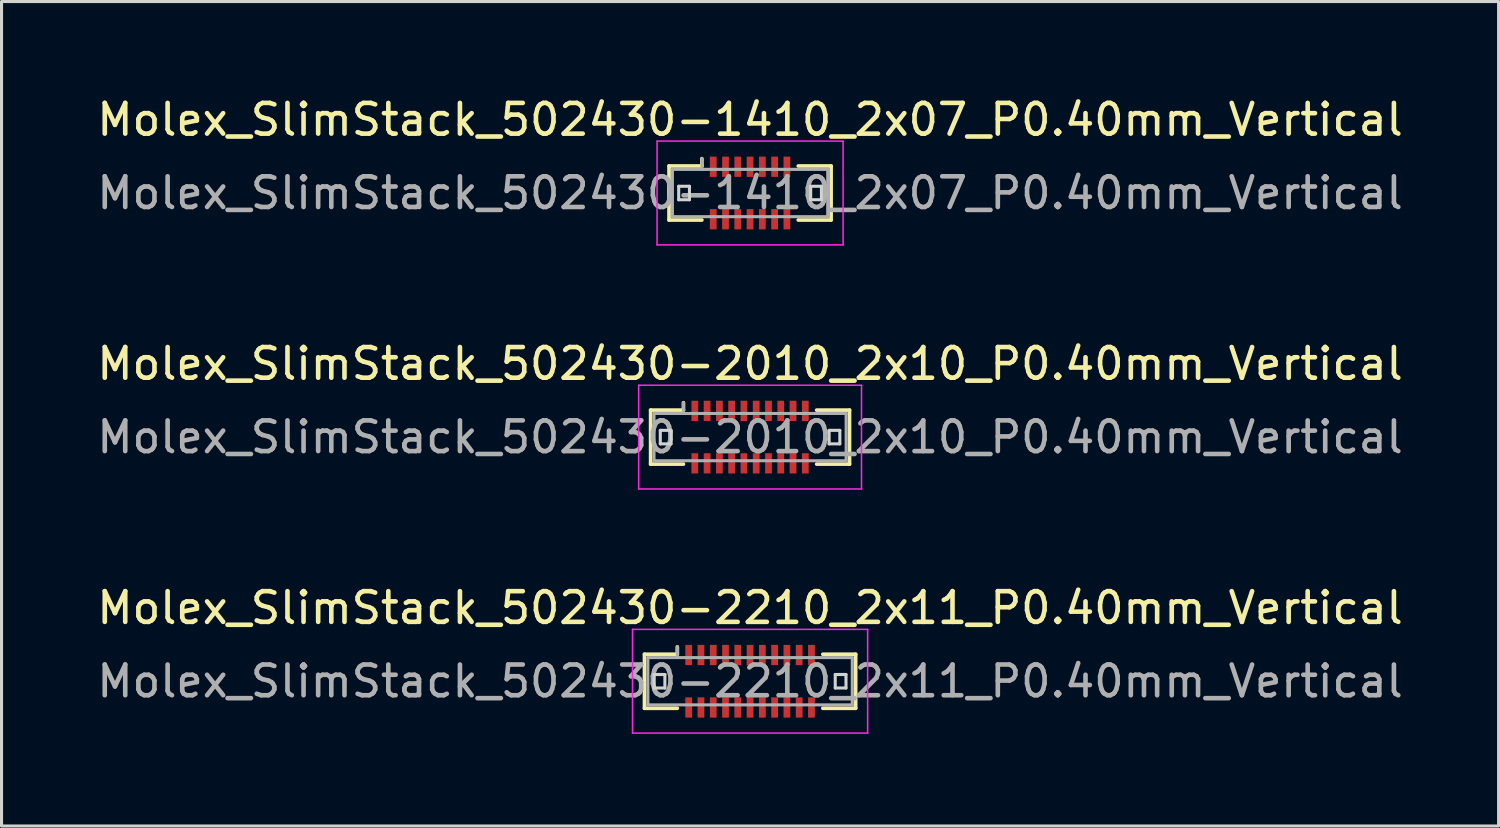
<source format=kicad_pcb>
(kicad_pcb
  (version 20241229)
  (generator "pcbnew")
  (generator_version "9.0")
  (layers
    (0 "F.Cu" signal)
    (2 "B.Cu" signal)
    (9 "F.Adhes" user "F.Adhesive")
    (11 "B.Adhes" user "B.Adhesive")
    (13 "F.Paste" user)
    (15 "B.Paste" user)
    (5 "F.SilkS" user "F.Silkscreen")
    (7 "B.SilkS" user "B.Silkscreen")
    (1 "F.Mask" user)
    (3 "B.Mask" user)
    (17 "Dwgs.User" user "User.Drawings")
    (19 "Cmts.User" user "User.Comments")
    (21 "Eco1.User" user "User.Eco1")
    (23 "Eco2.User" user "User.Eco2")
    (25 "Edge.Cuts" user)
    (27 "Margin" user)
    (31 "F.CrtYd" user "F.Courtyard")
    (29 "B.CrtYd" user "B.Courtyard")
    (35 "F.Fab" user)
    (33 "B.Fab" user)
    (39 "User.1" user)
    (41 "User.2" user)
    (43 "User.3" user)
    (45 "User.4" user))
  (footprint "Molex_SlimStack_502430-1410_2x07_P0.40mm_Vertical"
    (layer "F.Cu")
    (at 21.387 3.238)
    (property "Reference" "Molex_SlimStack_502430-1410_2x07_P0.40mm_Vertical" (at 0 -2.39 0) (layer "F.SilkS") (effects (font (size 1 1) (thickness 0.15))))
    (attr smd)
    (fp_line (start -2.64 -0.88) (end -1.57 -0.88) (stroke (width 0.12) (type solid)) (layer "F.SilkS"))
    (fp_line (start -2.64 0.88) (end -2.64 -0.88) (stroke (width 0.12) (type solid)) (layer "F.SilkS"))
    (fp_line (start -1.57 -0.88) (end -1.57 -1.12) (stroke (width 0.12) (type solid)) (layer "F.SilkS"))
    (fp_line (start -1.57 0.88) (end -2.64 0.88) (stroke (width 0.12) (type solid)) (layer "F.SilkS"))
    (fp_line (start 1.57 0.88) (end 2.64 0.88) (stroke (width 0.12) (type solid)) (layer "F.SilkS"))
    (fp_line (start 2.64 -0.88) (end 1.57 -0.88) (stroke (width 0.12) (type solid)) (layer "F.SilkS"))
    (fp_line (start 2.64 0.88) (end 2.64 -0.88) (stroke (width 0.12) (type solid)) (layer "F.SilkS"))
    (fp_line (start -2.325 -0.22) (end -2.325 0.22) (stroke (width 0.1) (type solid)) (layer "Edge.Cuts"))
    (fp_line (start -2.325 0.22) (end -1.975 0.22) (stroke (width 0.1) (type solid)) (layer "Edge.Cuts"))
    (fp_line (start -1.975 -0.22) (end -2.325 -0.22) (stroke (width 0.1) (type solid)) (layer "Edge.Cuts"))
    (fp_line (start -1.975 0.22) (end -1.975 -0.22) (stroke (width 0.1) (type solid)) (layer "Edge.Cuts"))
    (fp_line (start 1.975 -0.22) (end 1.975 0.22) (stroke (width 0.1) (type solid)) (layer "Edge.Cuts"))
    (fp_line (start 1.975 0.22) (end 2.325 0.22) (stroke (width 0.1) (type solid)) (layer "Edge.Cuts"))
    (fp_line (start 2.325 -0.22) (end 1.975 -0.22) (stroke (width 0.1) (type solid)) (layer "Edge.Cuts"))
    (fp_line (start 2.325 0.22) (end 2.325 -0.22) (stroke (width 0.1) (type solid)) (layer "Edge.Cuts"))
    (fp_line (start -3.03 -1.69) (end -3.03 1.69) (stroke (width 0.05) (type solid)) (layer "F.CrtYd"))
    (fp_line (start -3.03 1.69) (end 3.03 1.69) (stroke (width 0.05) (type solid)) (layer "F.CrtYd"))
    (fp_line (start 3.03 -1.69) (end -3.03 -1.69) (stroke (width 0.05) (type solid)) (layer "F.CrtYd"))
    (fp_line (start 3.03 1.69) (end 3.03 -1.69) (stroke (width 0.05) (type solid)) (layer "F.CrtYd"))
    (fp_line (start -2.53 -0.77) (end -2.53 0.77) (stroke (width 0.1) (type solid)) (layer "F.Fab"))
    (fp_line (start -2.53 0.77) (end 2.53 0.77) (stroke (width 0.1) (type solid)) (layer "F.Fab"))
    (fp_line (start -1.57 -0.77) (end -1.57 -1.12) (stroke (width 0.1) (type solid)) (layer "F.Fab"))
    (fp_line (start 2.53 -0.77) (end -2.53 -0.77) (stroke (width 0.1) (type solid)) (layer "F.Fab"))
    (fp_line (start 2.53 0.77) (end 2.53 -0.77) (stroke (width 0.1) (type solid)) (layer "F.Fab"))
    (fp_text user "${REFERENCE}" (at 0 0 0) (layer "F.Fab") (effects (font (size 1 1) (thickness 0.15))))
    (pad "1" smd rect (at -1.2 -0.855) (size 0.22 0.66) (layers "F.Cu" "F.Mask" "F.Paste"))
    (pad "2" smd rect (at -1.2 0.855) (size 0.22 0.66) (layers "F.Cu" "F.Mask" "F.Paste"))
    (pad "3" smd rect (at -0.8 -0.855) (size 0.22 0.66) (layers "F.Cu" "F.Mask" "F.Paste"))
    (pad "4" smd rect (at -0.8 0.855) (size 0.22 0.66) (layers "F.Cu" "F.Mask" "F.Paste"))
    (pad "5" smd rect (at -0.4 -0.855) (size 0.22 0.66) (layers "F.Cu" "F.Mask" "F.Paste"))
    (pad "6" smd rect (at -0.4 0.855) (size 0.22 0.66) (layers "F.Cu" "F.Mask" "F.Paste"))
    (pad "7" smd rect (at 0 -0.855) (size 0.22 0.66) (layers "F.Cu" "F.Mask" "F.Paste"))
    (pad "8" smd rect (at 0 0.855) (size 0.22 0.66) (layers "F.Cu" "F.Mask" "F.Paste"))
    (pad "9" smd rect (at 0.4 -0.855) (size 0.22 0.66) (layers "F.Cu" "F.Mask" "F.Paste"))
    (pad "10" smd rect (at 0.4 0.855) (size 0.22 0.66) (layers "F.Cu" "F.Mask" "F.Paste"))
    (pad "11" smd rect (at 0.8 -0.855) (size 0.22 0.66) (layers "F.Cu" "F.Mask" "F.Paste"))
    (pad "12" smd rect (at 0.8 0.855) (size 0.22 0.66) (layers "F.Cu" "F.Mask" "F.Paste"))
    (pad "13" smd rect (at 1.2 -0.855) (size 0.22 0.66) (layers "F.Cu" "F.Mask" "F.Paste"))
    (pad "14" smd rect (at 1.2 0.855) (size 0.22 0.66) (layers "F.Cu" "F.Mask" "F.Paste")))
  (footprint "Molex_SlimStack_502430-2010_2x10_P0.40mm_Vertical"
    (layer "F.Cu")
    (at 21.387 11.191)
    (property "Reference" "Molex_SlimStack_502430-2010_2x10_P0.40mm_Vertical" (at 0 -2.39 0) (layer "F.SilkS") (effects (font (size 1 1) (thickness 0.15))))
    (attr smd)
    (fp_line (start -3.24 -0.88) (end -2.17 -0.88) (stroke (width 0.12) (type solid)) (layer "F.SilkS"))
    (fp_line (start -3.24 0.88) (end -3.24 -0.88) (stroke (width 0.12) (type solid)) (layer "F.SilkS"))
    (fp_line (start -2.17 -0.88) (end -2.17 -1.12) (stroke (width 0.12) (type solid)) (layer "F.SilkS"))
    (fp_line (start -2.17 0.88) (end -3.24 0.88) (stroke (width 0.12) (type solid)) (layer "F.SilkS"))
    (fp_line (start 2.17 0.88) (end 3.24 0.88) (stroke (width 0.12) (type solid)) (layer "F.SilkS"))
    (fp_line (start 3.24 -0.88) (end 2.17 -0.88) (stroke (width 0.12) (type solid)) (layer "F.SilkS"))
    (fp_line (start 3.24 0.88) (end 3.24 -0.88) (stroke (width 0.12) (type solid)) (layer "F.SilkS"))
    (fp_line (start -2.925 -0.22) (end -2.925 0.22) (stroke (width 0.1) (type solid)) (layer "Edge.Cuts"))
    (fp_line (start -2.925 0.22) (end -2.575 0.22) (stroke (width 0.1) (type solid)) (layer "Edge.Cuts"))
    (fp_line (start -2.575 -0.22) (end -2.925 -0.22) (stroke (width 0.1) (type solid)) (layer "Edge.Cuts"))
    (fp_line (start -2.575 0.22) (end -2.575 -0.22) (stroke (width 0.1) (type solid)) (layer "Edge.Cuts"))
    (fp_line (start 2.575 -0.22) (end 2.575 0.22) (stroke (width 0.1) (type solid)) (layer "Edge.Cuts"))
    (fp_line (start 2.575 0.22) (end 2.925 0.22) (stroke (width 0.1) (type solid)) (layer "Edge.Cuts"))
    (fp_line (start 2.925 -0.22) (end 2.575 -0.22) (stroke (width 0.1) (type solid)) (layer "Edge.Cuts"))
    (fp_line (start 2.925 0.22) (end 2.925 -0.22) (stroke (width 0.1) (type solid)) (layer "Edge.Cuts"))
    (fp_line (start -3.63 -1.69) (end -3.63 1.69) (stroke (width 0.05) (type solid)) (layer "F.CrtYd"))
    (fp_line (start -3.63 1.69) (end 3.63 1.69) (stroke (width 0.05) (type solid)) (layer "F.CrtYd"))
    (fp_line (start 3.63 -1.69) (end -3.63 -1.69) (stroke (width 0.05) (type solid)) (layer "F.CrtYd"))
    (fp_line (start 3.63 1.69) (end 3.63 -1.69) (stroke (width 0.05) (type solid)) (layer "F.CrtYd"))
    (fp_line (start -3.13 -0.77) (end -3.13 0.77) (stroke (width 0.1) (type solid)) (layer "F.Fab"))
    (fp_line (start -3.13 0.77) (end 3.13 0.77) (stroke (width 0.1) (type solid)) (layer "F.Fab"))
    (fp_line (start -2.17 -0.77) (end -2.17 -1.12) (stroke (width 0.1) (type solid)) (layer "F.Fab"))
    (fp_line (start 3.13 -0.77) (end -3.13 -0.77) (stroke (width 0.1) (type solid)) (layer "F.Fab"))
    (fp_line (start 3.13 0.77) (end 3.13 -0.77) (stroke (width 0.1) (type solid)) (layer "F.Fab"))
    (fp_text user "${REFERENCE}" (at 0 0 0) (layer "F.Fab") (effects (font (size 1 1) (thickness 0.15))))
    (pad "1" smd rect (at -1.8 -0.855) (size 0.22 0.66) (layers "F.Cu" "F.Mask" "F.Paste"))
    (pad "2" smd rect (at -1.8 0.855) (size 0.22 0.66) (layers "F.Cu" "F.Mask" "F.Paste"))
    (pad "3" smd rect (at -1.4 -0.855) (size 0.22 0.66) (layers "F.Cu" "F.Mask" "F.Paste"))
    (pad "4" smd rect (at -1.4 0.855) (size 0.22 0.66) (layers "F.Cu" "F.Mask" "F.Paste"))
    (pad "5" smd rect (at -1 -0.855) (size 0.22 0.66) (layers "F.Cu" "F.Mask" "F.Paste"))
    (pad "6" smd rect (at -1 0.855) (size 0.22 0.66) (layers "F.Cu" "F.Mask" "F.Paste"))
    (pad "7" smd rect (at -0.6 -0.855) (size 0.22 0.66) (layers "F.Cu" "F.Mask" "F.Paste"))
    (pad "8" smd rect (at -0.6 0.855) (size 0.22 0.66) (layers "F.Cu" "F.Mask" "F.Paste"))
    (pad "9" smd rect (at -0.2 -0.855) (size 0.22 0.66) (layers "F.Cu" "F.Mask" "F.Paste"))
    (pad "10" smd rect (at -0.2 0.855) (size 0.22 0.66) (layers "F.Cu" "F.Mask" "F.Paste"))
    (pad "11" smd rect (at 0.2 -0.855) (size 0.22 0.66) (layers "F.Cu" "F.Mask" "F.Paste"))
    (pad "12" smd rect (at 0.2 0.855) (size 0.22 0.66) (layers "F.Cu" "F.Mask" "F.Paste"))
    (pad "13" smd rect (at 0.6 -0.855) (size 0.22 0.66) (layers "F.Cu" "F.Mask" "F.Paste"))
    (pad "14" smd rect (at 0.6 0.855) (size 0.22 0.66) (layers "F.Cu" "F.Mask" "F.Paste"))
    (pad "15" smd rect (at 1 -0.855) (size 0.22 0.66) (layers "F.Cu" "F.Mask" "F.Paste"))
    (pad "16" smd rect (at 1 0.855) (size 0.22 0.66) (layers "F.Cu" "F.Mask" "F.Paste"))
    (pad "17" smd rect (at 1.4 -0.855) (size 0.22 0.66) (layers "F.Cu" "F.Mask" "F.Paste"))
    (pad "18" smd rect (at 1.4 0.855) (size 0.22 0.66) (layers "F.Cu" "F.Mask" "F.Paste"))
    (pad "19" smd rect (at 1.8 -0.855) (size 0.22 0.66) (layers "F.Cu" "F.Mask" "F.Paste"))
    (pad "20" smd rect (at 1.8 0.855) (size 0.22 0.66) (layers "F.Cu" "F.Mask" "F.Paste")))
  (footprint "Molex_SlimStack_502430-2210_2x11_P0.40mm_Vertical"
    (layer "F.Cu")
    (at 21.387 19.145)
    (property "Reference" "Molex_SlimStack_502430-2210_2x11_P0.40mm_Vertical" (at 0 -2.39 0) (layer "F.SilkS") (effects (font (size 1 1) (thickness 0.15))))
    (attr smd)
    (fp_line (start -3.44 -0.88) (end -2.37 -0.88) (stroke (width 0.12) (type solid)) (layer "F.SilkS"))
    (fp_line (start -3.44 0.88) (end -3.44 -0.88) (stroke (width 0.12) (type solid)) (layer "F.SilkS"))
    (fp_line (start -2.37 -0.88) (end -2.37 -1.12) (stroke (width 0.12) (type solid)) (layer "F.SilkS"))
    (fp_line (start -2.37 0.88) (end -3.44 0.88) (stroke (width 0.12) (type solid)) (layer "F.SilkS"))
    (fp_line (start 2.37 0.88) (end 3.44 0.88) (stroke (width 0.12) (type solid)) (layer "F.SilkS"))
    (fp_line (start 3.44 -0.88) (end 2.37 -0.88) (stroke (width 0.12) (type solid)) (layer "F.SilkS"))
    (fp_line (start 3.44 0.88) (end 3.44 -0.88) (stroke (width 0.12) (type solid)) (layer "F.SilkS"))
    (fp_line (start -3.125 -0.22) (end -3.125 0.22) (stroke (width 0.1) (type solid)) (layer "Edge.Cuts"))
    (fp_line (start -3.125 0.22) (end -2.775 0.22) (stroke (width 0.1) (type solid)) (layer "Edge.Cuts"))
    (fp_line (start -2.775 -0.22) (end -3.125 -0.22) (stroke (width 0.1) (type solid)) (layer "Edge.Cuts"))
    (fp_line (start -2.775 0.22) (end -2.775 -0.22) (stroke (width 0.1) (type solid)) (layer "Edge.Cuts"))
    (fp_line (start 2.775 -0.22) (end 2.775 0.22) (stroke (width 0.1) (type solid)) (layer "Edge.Cuts"))
    (fp_line (start 2.775 0.22) (end 3.125 0.22) (stroke (width 0.1) (type solid)) (layer "Edge.Cuts"))
    (fp_line (start 3.125 -0.22) (end 2.775 -0.22) (stroke (width 0.1) (type solid)) (layer "Edge.Cuts"))
    (fp_line (start 3.125 0.22) (end 3.125 -0.22) (stroke (width 0.1) (type solid)) (layer "Edge.Cuts"))
    (fp_line (start -3.83 -1.69) (end -3.83 1.69) (stroke (width 0.05) (type solid)) (layer "F.CrtYd"))
    (fp_line (start -3.83 1.69) (end 3.83 1.69) (stroke (width 0.05) (type solid)) (layer "F.CrtYd"))
    (fp_line (start 3.83 -1.69) (end -3.83 -1.69) (stroke (width 0.05) (type solid)) (layer "F.CrtYd"))
    (fp_line (start 3.83 1.69) (end 3.83 -1.69) (stroke (width 0.05) (type solid)) (layer "F.CrtYd"))
    (fp_line (start -3.33 -0.77) (end -3.33 0.77) (stroke (width 0.1) (type solid)) (layer "F.Fab"))
    (fp_line (start -3.33 0.77) (end 3.33 0.77) (stroke (width 0.1) (type solid)) (layer "F.Fab"))
    (fp_line (start -2.37 -0.77) (end -2.37 -1.12) (stroke (width 0.1) (type solid)) (layer "F.Fab"))
    (fp_line (start 3.33 -0.77) (end -3.33 -0.77) (stroke (width 0.1) (type solid)) (layer "F.Fab"))
    (fp_line (start 3.33 0.77) (end 3.33 -0.77) (stroke (width 0.1) (type solid)) (layer "F.Fab"))
    (fp_text user "${REFERENCE}" (at 0 0 0) (layer "F.Fab") (effects (font (size 1 1) (thickness 0.15))))
    (pad "1" smd rect (at -2 -0.855) (size 0.22 0.66) (layers "F.Cu" "F.Mask" "F.Paste"))
    (pad "2" smd rect (at -2 0.855) (size 0.22 0.66) (layers "F.Cu" "F.Mask" "F.Paste"))
    (pad "3" smd rect (at -1.6 -0.855) (size 0.22 0.66) (layers "F.Cu" "F.Mask" "F.Paste"))
    (pad "4" smd rect (at -1.6 0.855) (size 0.22 0.66) (layers "F.Cu" "F.Mask" "F.Paste"))
    (pad "5" smd rect (at -1.2 -0.855) (size 0.22 0.66) (layers "F.Cu" "F.Mask" "F.Paste"))
    (pad "6" smd rect (at -1.2 0.855) (size 0.22 0.66) (layers "F.Cu" "F.Mask" "F.Paste"))
    (pad "7" smd rect (at -0.8 -0.855) (size 0.22 0.66) (layers "F.Cu" "F.Mask" "F.Paste"))
    (pad "8" smd rect (at -0.8 0.855) (size 0.22 0.66) (layers "F.Cu" "F.Mask" "F.Paste"))
    (pad "9" smd rect (at -0.4 -0.855) (size 0.22 0.66) (layers "F.Cu" "F.Mask" "F.Paste"))
    (pad "10" smd rect (at -0.4 0.855) (size 0.22 0.66) (layers "F.Cu" "F.Mask" "F.Paste"))
    (pad "11" smd rect (at 0 -0.855) (size 0.22 0.66) (layers "F.Cu" "F.Mask" "F.Paste"))
    (pad "12" smd rect (at 0 0.855) (size 0.22 0.66) (layers "F.Cu" "F.Mask" "F.Paste"))
    (pad "13" smd rect (at 0.4 -0.855) (size 0.22 0.66) (layers "F.Cu" "F.Mask" "F.Paste"))
    (pad "14" smd rect (at 0.4 0.855) (size 0.22 0.66) (layers "F.Cu" "F.Mask" "F.Paste"))
    (pad "15" smd rect (at 0.8 -0.855) (size 0.22 0.66) (layers "F.Cu" "F.Mask" "F.Paste"))
    (pad "16" smd rect (at 0.8 0.855) (size 0.22 0.66) (layers "F.Cu" "F.Mask" "F.Paste"))
    (pad "17" smd rect (at 1.2 -0.855) (size 0.22 0.66) (layers "F.Cu" "F.Mask" "F.Paste"))
    (pad "18" smd rect (at 1.2 0.855) (size 0.22 0.66) (layers "F.Cu" "F.Mask" "F.Paste"))
    (pad "19" smd rect (at 1.6 -0.855) (size 0.22 0.66) (layers "F.Cu" "F.Mask" "F.Paste"))
    (pad "20" smd rect (at 1.6 0.855) (size 0.22 0.66) (layers "F.Cu" "F.Mask" "F.Paste"))
    (pad "21" smd rect (at 2 -0.855) (size 0.22 0.66) (layers "F.Cu" "F.Mask" "F.Paste"))
    (pad "22" smd rect (at 2 0.855) (size 0.22 0.66) (layers "F.Cu" "F.Mask" "F.Paste")))
  (gr_rect
    (start -3 -3)
    (end 45.774 23.86)
    (stroke (width 0.1) (type default))
    (fill no)
    (layer "Edge.Cuts")))
</source>
